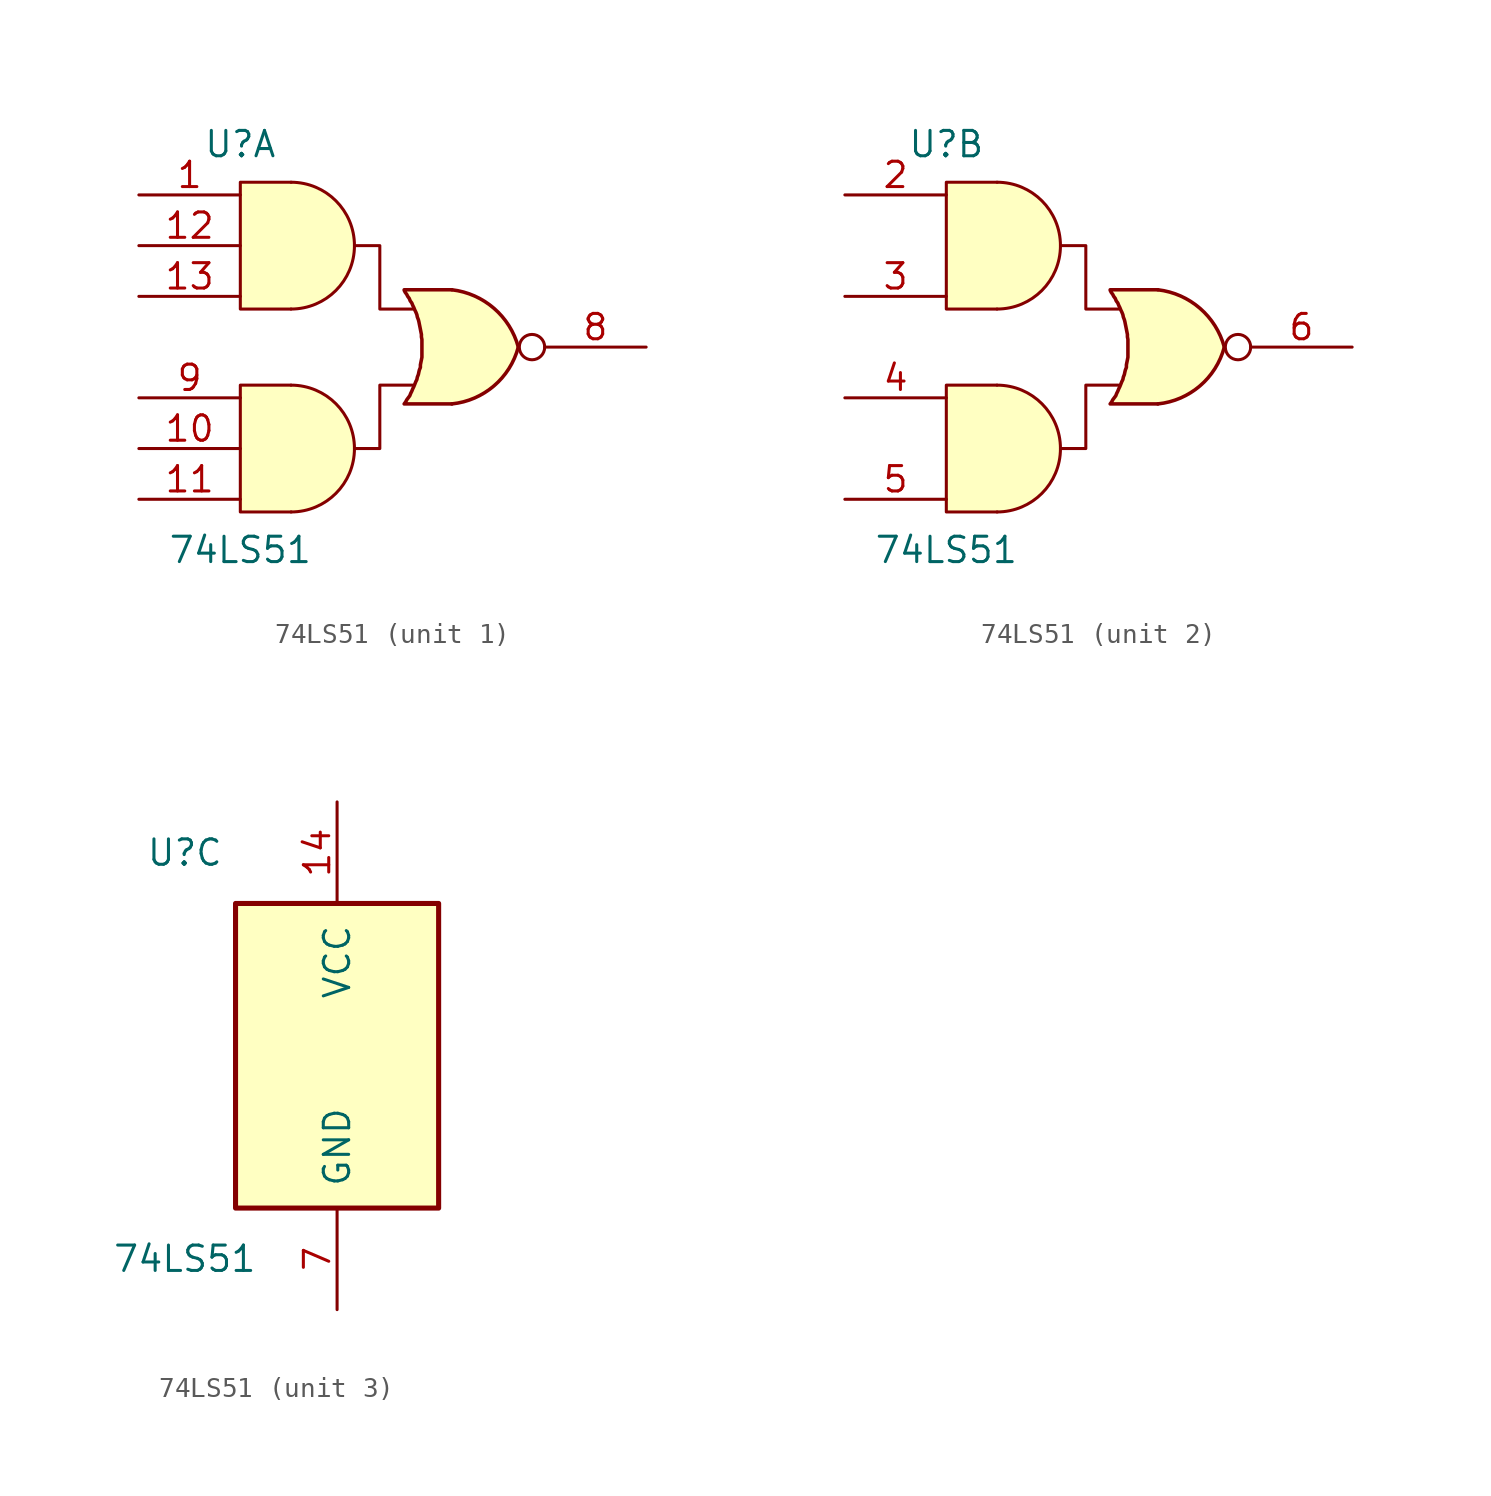
<source format=kicad_sym>
(kicad_symbol_lib
  (version 20211014)
  (generator kicad_symbol_editor)
  (symbol "74LS51"
    (pin_names
      (offset 1.016))
    (property "Reference" "U"
      (at -7.62 10.16 0)
      (effects (font (size 1.27 1.27))))
    (property "Value" "74LS51"
      (at -7.62 -10.16 0)
      (effects (font (size 1.27 1.27))))
    (property "ki_locked" ""
      (at 0 0 0)
      (effects (font (size 1.27 1.27))))
    (symbol "74LS51_1_0"
      (arc (start -5.08 -8.255) (mid -1.905 -5.08) (end -5.08 -1.905) (stroke (width 0) (type default) (color 0 0 0 0)) (fill (type background)))
      (arc (start -5.08 1.905) (mid -1.905 5.08) (end -5.08 8.255) (stroke (width 0) (type default) (color 0 0 0 0)) (fill (type background)))
      (polyline (pts (xy -5.08 -1.905) (xy -7.62 -1.905) (xy -7.62 -8.255) (xy -5.08 -8.255)) (stroke (width 0) (type default) (color 0 0 0 0)) (fill (type background)))
      (polyline (pts (xy -5.08 1.905) (xy -7.62 1.905) (xy -7.62 8.255) (xy -5.08 8.255)) (stroke (width 0) (type default) (color 0 0 0 0)) (fill (type background)))
      (polyline (pts (xy -1.905 -5.08) (xy -0.635 -5.08) (xy -0.635 -1.905) (xy 1.016 -1.905)) (stroke (width 0) (type default) (color 0 0 0 0)) (fill (type none)))
      (polyline (pts (xy -1.905 5.08) (xy -0.635 5.08) (xy -0.635 1.905) (xy 1.016 1.905)) (stroke (width 0) (type default) (color 0 0 0 0)) (fill (type none)))
      (polyline (pts (xy 2.972 2.87) (xy 0.584 2.87) (xy 0.584 2.845) (xy 0.635 2.743) (xy 0.711 2.642) (xy 0.762 2.54) (xy 0.838 2.438) (xy 0.889 2.311) (xy 0.965 2.21) (xy 1.016 2.083) (xy 1.067 1.981) (xy 1.118 1.854) (xy 1.168 1.753) (xy 1.219 1.626) (xy 1.245 1.499) (xy 1.295 1.372) (xy 1.321 1.27) (xy 1.346 1.143) (xy 1.372 1.016) (xy 1.397 0.889) (xy 1.422 0.762) (xy 1.448 0.635) (xy 1.448 0.508) (xy 1.473 0.381) (xy 1.473 0.254) (xy 1.473 0.127) (xy 1.473 0) (xy 1.473 -0.127) (xy 1.473 -0.254) (xy 1.473 -0.381) (xy 1.473 -0.508) (xy 1.448 -0.635) (xy 1.422 -0.762) (xy 1.397 -0.889) (xy 1.397 -1.016) (xy 1.346 -1.143) (xy 1.321 -1.245) (xy 1.295 -1.372) (xy 1.245 -1.499) (xy 1.219 -1.626) (xy 1.168 -1.727) (xy 1.118 -1.854) (xy 1.067 -1.981) (xy 1.016 -2.083) (xy 0.965 -2.21) (xy 0.914 -2.311) (xy 0.864 -2.438) (xy 0.787 -2.54) (xy 0.711 -2.642) (xy 0.66 -2.743) (xy 0.584 -2.845) (xy 0.584 -2.845) (xy 2.972 -2.845)) (stroke (width 0.178) (type default) (color 0 0 0 0)) (fill (type background)))
      (arc (start 2.9718 -2.8448) (mid 5.0797 -1.9419) (end 6.2992 0) (stroke (width 0.1778) (type default) (color 0 0 0 0)) (fill (type background)))
      (arc (start 6.2992 0) (mid 5.0758 1.9455) (end 2.9718 2.8702) (stroke (width 0.1778) (type default) (color 0 0 0 0)) (fill (type background)))
      (circle (center 6.985 0) (radius 0.635) (stroke (width 0) (type default) (color 0 0 0 0)) (fill (type none)))
      (pin input line (at -12.7 7.62 0) (length 5.08) (name "~" (effects (font (size 1.27 1.27)))) (number "1" (effects (font (size 1.27 1.27)))))
      (pin input line (at -12.7 -5.08 0) (length 5.08) (name "~" (effects (font (size 1.27 1.27)))) (number "10" (effects (font (size 1.27 1.27)))))
      (pin input line (at -12.7 -7.62 0) (length 5.08) (name "~" (effects (font (size 1.27 1.27)))) (number "11" (effects (font (size 1.27 1.27)))))
      (pin input line (at -12.7 5.08 0) (length 5.08) (name "~" (effects (font (size 1.27 1.27)))) (number "12" (effects (font (size 1.27 1.27)))))
      (pin input line (at -12.7 2.54 0) (length 5.08) (name "~" (effects (font (size 1.27 1.27)))) (number "13" (effects (font (size 1.27 1.27)))))
      (pin output line (at 12.7 0 180) (length 5.08) (name "~" (effects (font (size 1.27 1.27)))) (number "8" (effects (font (size 1.27 1.27)))))
      (pin input line (at -12.7 -2.54 0) (length 5.08) (name "~" (effects (font (size 1.27 1.27)))) (number "9" (effects (font (size 1.27 1.27))))))
    (symbol "74LS51_2_0"
      (arc (start -5.08 -8.255) (mid -1.905 -5.08) (end -5.08 -1.905) (stroke (width 0) (type default) (color 0 0 0 0)) (fill (type background)))
      (arc (start -5.08 1.905) (mid -1.905 5.08) (end -5.08 8.255) (stroke (width 0) (type default) (color 0 0 0 0)) (fill (type background)))
      (polyline (pts (xy -5.08 -1.905) (xy -7.62 -1.905) (xy -7.62 -8.255) (xy -5.08 -8.255)) (stroke (width 0) (type default) (color 0 0 0 0)) (fill (type background)))
      (polyline (pts (xy -5.08 1.905) (xy -7.62 1.905) (xy -7.62 8.255) (xy -5.08 8.255)) (stroke (width 0) (type default) (color 0 0 0 0)) (fill (type background)))
      (polyline (pts (xy -1.905 -5.08) (xy -0.635 -5.08) (xy -0.635 -1.905) (xy 1.016 -1.905)) (stroke (width 0) (type default) (color 0 0 0 0)) (fill (type none)))
      (polyline (pts (xy -1.905 5.08) (xy -0.635 5.08) (xy -0.635 1.905) (xy 1.016 1.905)) (stroke (width 0) (type default) (color 0 0 0 0)) (fill (type none)))
      (polyline (pts (xy 2.972 2.87) (xy 0.584 2.87) (xy 0.584 2.845) (xy 0.635 2.743) (xy 0.711 2.642) (xy 0.762 2.54) (xy 0.838 2.438) (xy 0.889 2.311) (xy 0.965 2.21) (xy 1.016 2.083) (xy 1.067 1.981) (xy 1.118 1.854) (xy 1.168 1.753) (xy 1.219 1.626) (xy 1.245 1.499) (xy 1.295 1.372) (xy 1.321 1.27) (xy 1.346 1.143) (xy 1.372 1.016) (xy 1.397 0.889) (xy 1.422 0.762) (xy 1.448 0.635) (xy 1.448 0.508) (xy 1.473 0.381) (xy 1.473 0.254) (xy 1.473 0.127) (xy 1.473 0) (xy 1.473 -0.127) (xy 1.473 -0.254) (xy 1.473 -0.381) (xy 1.473 -0.508) (xy 1.448 -0.635) (xy 1.422 -0.762) (xy 1.397 -0.889) (xy 1.397 -1.016) (xy 1.346 -1.143) (xy 1.321 -1.245) (xy 1.295 -1.372) (xy 1.245 -1.499) (xy 1.219 -1.626) (xy 1.168 -1.727) (xy 1.118 -1.854) (xy 1.067 -1.981) (xy 1.016 -2.083) (xy 0.965 -2.21) (xy 0.914 -2.311) (xy 0.864 -2.438) (xy 0.787 -2.54) (xy 0.711 -2.642) (xy 0.66 -2.743) (xy 0.584 -2.845) (xy 0.584 -2.845) (xy 2.972 -2.845)) (stroke (width 0.178) (type default) (color 0 0 0 0)) (fill (type background)))
      (arc (start 2.9718 -2.8448) (mid 5.0797 -1.9419) (end 6.2992 0) (stroke (width 0.1778) (type default) (color 0 0 0 0)) (fill (type background)))
      (arc (start 6.2992 0) (mid 5.0758 1.9455) (end 2.9718 2.8702) (stroke (width 0.1778) (type default) (color 0 0 0 0)) (fill (type background)))
      (circle (center 6.985 0) (radius 0.635) (stroke (width 0) (type default) (color 0 0 0 0)) (fill (type none)))
      (pin input line (at -12.7 7.62 0) (length 5.08) (name "~" (effects (font (size 1.27 1.27)))) (number "2" (effects (font (size 1.27 1.27)))))
      (pin input line (at -12.7 2.54 0) (length 5.08) (name "~" (effects (font (size 1.27 1.27)))) (number "3" (effects (font (size 1.27 1.27)))))
      (pin input line (at -12.7 -2.54 0) (length 5.08) (name "~" (effects (font (size 1.27 1.27)))) (number "4" (effects (font (size 1.27 1.27)))))
      (pin input line (at -12.7 -7.62 0) (length 5.08) (name "~" (effects (font (size 1.27 1.27)))) (number "5" (effects (font (size 1.27 1.27)))))
      (pin output line (at 12.7 0 180) (length 5.08) (name "~" (effects (font (size 1.27 1.27)))) (number "6" (effects (font (size 1.27 1.27))))))
    (symbol "74LS51_3_0"
      (pin power_in line (at 0 12.7 270) (length 5.08) (name "VCC" (effects (font (size 1.27 1.27)))) (number "14" (effects (font (size 1.27 1.27)))))
      (pin power_in line (at 0 -12.7 90) (length 5.08) (name "GND" (effects (font (size 1.27 1.27)))) (number "7" (effects (font (size 1.27 1.27))))))
    (symbol "74LS51_3_1"
      (rectangle (start -5.08 7.62) (end 5.08 -7.62) (stroke (width 0.254) (type default) (color 0 0 0 0)) (fill (type background))))))
</source>
